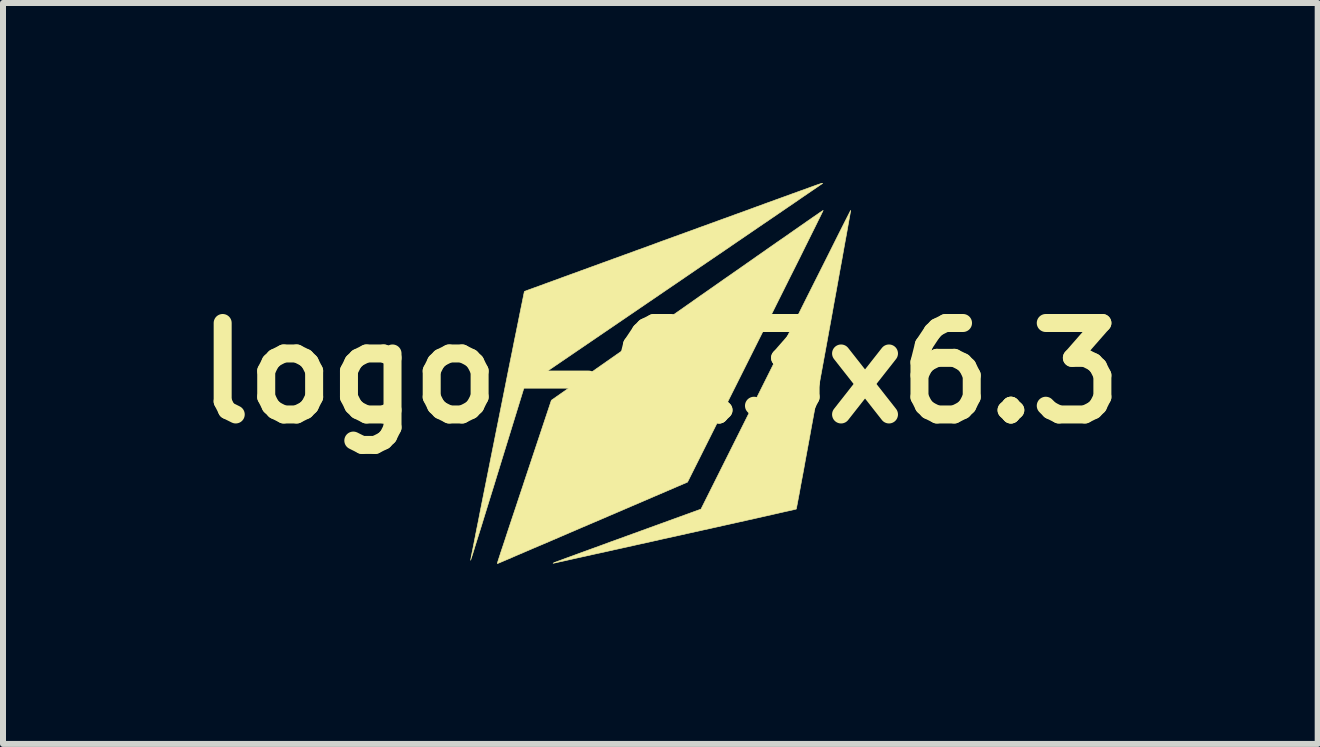
<source format=kicad_pcb>
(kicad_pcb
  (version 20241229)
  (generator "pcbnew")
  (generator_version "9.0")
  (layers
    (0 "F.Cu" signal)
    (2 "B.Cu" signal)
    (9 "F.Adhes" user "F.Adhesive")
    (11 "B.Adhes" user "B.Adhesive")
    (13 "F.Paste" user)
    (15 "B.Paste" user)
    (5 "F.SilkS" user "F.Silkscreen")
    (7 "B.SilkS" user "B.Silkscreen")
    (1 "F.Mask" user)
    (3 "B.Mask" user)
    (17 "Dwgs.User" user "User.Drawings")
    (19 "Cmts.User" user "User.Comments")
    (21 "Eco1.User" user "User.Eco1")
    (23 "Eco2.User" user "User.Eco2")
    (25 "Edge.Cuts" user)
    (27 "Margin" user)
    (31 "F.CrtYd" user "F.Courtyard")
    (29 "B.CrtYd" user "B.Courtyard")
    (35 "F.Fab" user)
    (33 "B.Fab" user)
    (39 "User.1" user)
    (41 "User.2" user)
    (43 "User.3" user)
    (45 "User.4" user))
  (footprint "logo-6.3x6.3"
    (layer "F.Cu")
    (at 7.954 3.167)
    (property "Reference" "logo-6.3x6.3" (at 0 0 0) (layer "F.SilkS") (effects (font (size 1.524 1.524) (thickness 0.3))))
    (attr through_hole)
    (fp_poly (pts (xy 2.708 -2.7) (xy 2.692 -2.667) (xy 2.667 -2.615) (xy 2.631 -2.543) (xy 2.587 -2.453) (xy 2.534 -2.347) (xy 2.473 -2.224) (xy 2.405 -2.087) (xy 2.33 -1.935) (xy 2.248 -1.771) (xy 2.16 -1.596) (xy 2.067 -1.409) (xy 1.969 -1.213) (xy 1.867 -1.008) (xy 1.761 -0.796) (xy 1.651 -0.577) (xy 1.585 -0.445) (xy 0.453 1.817) (xy -1.129 2.496) (xy -1.317 2.576) (xy -1.498 2.654) (xy -1.672 2.729) (xy -1.837 2.8) (xy -1.992 2.866) (xy -2.136 2.927) (xy -2.266 2.983) (xy -2.383 3.033) (xy -2.484 3.077) (xy -2.568 3.113) (xy -2.634 3.141) (xy -2.681 3.161) (xy -2.708 3.172) (xy -2.713 3.175) (xy -2.716 3.166) (xy -2.716 3.166) (xy -2.712 3.153) (xy -2.701 3.118) (xy -2.683 3.063) (xy -2.659 2.988) (xy -2.628 2.896) (xy -2.592 2.788) (xy -2.552 2.665) (xy -2.507 2.529) (xy -2.458 2.382) (xy -2.405 2.224) (xy -2.35 2.057) (xy -2.292 1.884) (xy -2.266 1.804) (xy -1.816 0.453) (xy 0.446 -1.131) (xy 0.659 -1.281) (xy 0.867 -1.426) (xy 1.068 -1.567) (xy 1.262 -1.702) (xy 1.448 -1.832) (xy 1.625 -1.956) (xy 1.791 -2.072) (xy 1.947 -2.181) (xy 2.092 -2.281) (xy 2.223 -2.373) (xy 2.341 -2.455) (xy 2.444 -2.527) (xy 2.532 -2.588) (xy 2.604 -2.637) (xy 2.658 -2.675) (xy 2.695 -2.699) (xy 2.712 -2.71) (xy 2.713 -2.711) (xy 2.708 -2.7)) (stroke (width 0.01) (type solid)) (fill yes) (layer "F.SilkS"))
    (fp_poly (pts (xy 3.17 -2.699) (xy 3.164 -2.664) (xy 3.154 -2.607) (xy 3.14 -2.529) (xy 3.123 -2.433) (xy 3.103 -2.32) (xy 3.079 -2.191) (xy 3.053 -2.046) (xy 3.025 -1.889) (xy 2.994 -1.72) (xy 2.962 -1.541) (xy 2.928 -1.352) (xy 2.892 -1.156) (xy 2.856 -0.953) (xy 2.818 -0.746) (xy 2.78 -0.535) (xy 2.741 -0.322) (xy 2.702 -0.109) (xy 2.663 0.104) (xy 2.625 0.314) (xy 2.587 0.521) (xy 2.55 0.723) (xy 2.514 0.919) (xy 2.48 1.107) (xy 2.447 1.286) (xy 2.416 1.454) (xy 2.388 1.611) (xy 2.361 1.754) (xy 2.337 1.882) (xy 2.317 1.995) (xy 2.299 2.09) (xy 2.285 2.165) (xy 2.274 2.221) (xy 2.268 2.255) (xy 2.265 2.266) (xy 2.253 2.269) (xy 2.217 2.278) (xy 2.16 2.291) (xy 2.082 2.308) (xy 1.985 2.33) (xy 1.871 2.356) (xy 1.739 2.386) (xy 1.593 2.419) (xy 1.432 2.455) (xy 1.258 2.494) (xy 1.073 2.535) (xy 0.877 2.579) (xy 0.673 2.624) (xy 0.461 2.671) (xy 0.252 2.718) (xy 0.033 2.766) (xy -0.179 2.814) (xy -0.384 2.859) (xy -0.58 2.903) (xy -0.766 2.944) (xy -0.94 2.983) (xy -1.102 3.018) (xy -1.249 3.051) (xy -1.381 3.08) (xy -1.497 3.106) (xy -1.594 3.128) (xy -1.673 3.145) (xy -1.73 3.158) (xy -1.767 3.166) (xy -1.78 3.169) (xy -1.787 3.169) (xy -1.774 3.161) (xy -1.767 3.158) (xy -1.751 3.152) (xy -1.712 3.137) (xy -1.654 3.116) (xy -1.577 3.087) (xy -1.483 3.053) (xy -1.374 3.013) (xy -1.251 2.968) (xy -1.116 2.919) (xy -0.97 2.866) (xy -0.816 2.809) (xy -0.654 2.751) (xy -0.526 2.704) (xy 0.677 2.267) (xy 1.923 -0.224) (xy 2.039 -0.457) (xy 2.153 -0.685) (xy 2.264 -0.905) (xy 2.37 -1.118) (xy 2.472 -1.322) (xy 2.569 -1.515) (xy 2.661 -1.698) (xy 2.747 -1.869) (xy 2.826 -2.027) (xy 2.898 -2.171) (xy 2.963 -2.301) (xy 3.02 -2.414) (xy 3.069 -2.511) (xy 3.109 -2.59) (xy 3.14 -2.65) (xy 3.16 -2.69) (xy 3.17 -2.71) (xy 3.171 -2.711) (xy 3.17 -2.699)) (stroke (width 0.01) (type solid)) (fill yes) (layer "F.SilkS"))
    (fp_poly (pts (xy 2.704 -3.162) (xy 2.702 -3.16) (xy 2.69 -3.151) (xy 2.658 -3.13) (xy 2.608 -3.095) (xy 2.54 -3.049) (xy 2.455 -2.991) (xy 2.354 -2.922) (xy 2.238 -2.842) (xy 2.107 -2.753) (xy 1.964 -2.655) (xy 1.807 -2.548) (xy 1.639 -2.434) (xy 1.461 -2.312) (xy 1.273 -2.184) (xy 1.076 -2.049) (xy 0.87 -1.909) (xy 0.658 -1.765) (xy 0.44 -1.616) (xy 0.216 -1.463) (xy 0.207 -1.457) (xy -2.267 0.229) (xy -2.714 1.68) (xy -2.77 1.863) (xy -2.825 2.04) (xy -2.877 2.208) (xy -2.926 2.366) (xy -2.971 2.513) (xy -3.013 2.648) (xy -3.051 2.768) (xy -3.084 2.873) (xy -3.111 2.962) (xy -3.133 3.032) (xy -3.15 3.082) (xy -3.159 3.112) (xy -3.162 3.119) (xy -3.16 3.106) (xy -3.153 3.069) (xy -3.142 3.012) (xy -3.126 2.934) (xy -3.107 2.838) (xy -3.085 2.725) (xy -3.06 2.597) (xy -3.031 2.455) (xy -3.001 2.3) (xy -2.968 2.134) (xy -2.933 1.959) (xy -2.896 1.775) (xy -2.858 1.585) (xy -2.819 1.389) (xy -2.779 1.19) (xy -2.739 0.989) (xy -2.698 0.786) (xy -2.658 0.585) (xy -2.618 0.386) (xy -2.579 0.19) (xy -2.541 -0.001) (xy -2.504 -0.185) (xy -2.468 -0.361) (xy -2.435 -0.528) (xy -2.403 -0.684) (xy -2.374 -0.827) (xy -2.348 -0.957) (xy -2.325 -1.071) (xy -2.305 -1.168) (xy -2.289 -1.247) (xy -2.277 -1.307) (xy -2.269 -1.345) (xy -2.265 -1.36) (xy -2.265 -1.36) (xy -2.253 -1.365) (xy -2.22 -1.378) (xy -2.165 -1.398) (xy -2.091 -1.425) (xy -1.999 -1.458) (xy -1.891 -1.498) (xy -1.767 -1.543) (xy -1.628 -1.594) (xy -1.477 -1.649) (xy -1.315 -1.708) (xy -1.142 -1.771) (xy -0.961 -1.837) (xy -0.772 -1.906) (xy -0.576 -1.977) (xy -0.376 -2.05) (xy -0.172 -2.124) (xy 0.034 -2.2) (xy 0.241 -2.275) (xy 0.448 -2.35) (xy 0.653 -2.425) (xy 0.855 -2.498) (xy 1.052 -2.57) (xy 1.245 -2.64) (xy 1.43 -2.707) (xy 1.607 -2.772) (xy 1.774 -2.833) (xy 1.931 -2.89) (xy 2.075 -2.942) (xy 2.206 -2.99) (xy 2.323 -3.032) (xy 2.423 -3.068) (xy 2.505 -3.098) (xy 2.569 -3.121) (xy 2.613 -3.137) (xy 2.629 -3.142) (xy 2.669 -3.156) (xy 2.696 -3.162) (xy 2.704 -3.162)) (stroke (width 0.01) (type solid)) (fill yes) (layer "F.SilkS"))
    (fp_poly (pts (xy -3.163 3.144) (xy -3.169 3.15) (xy -3.175 3.144) (xy -3.169 3.138) (xy -3.163 3.144)) (stroke (width 0.01) (type solid)) (fill no) (layer "Eco2.User")))
  (gr_rect
    (start -3 -3)
    (end 18.908 9.347)
    (stroke (width 0.1) (type default))
    (fill no)
    (layer "Edge.Cuts")))
</source>
